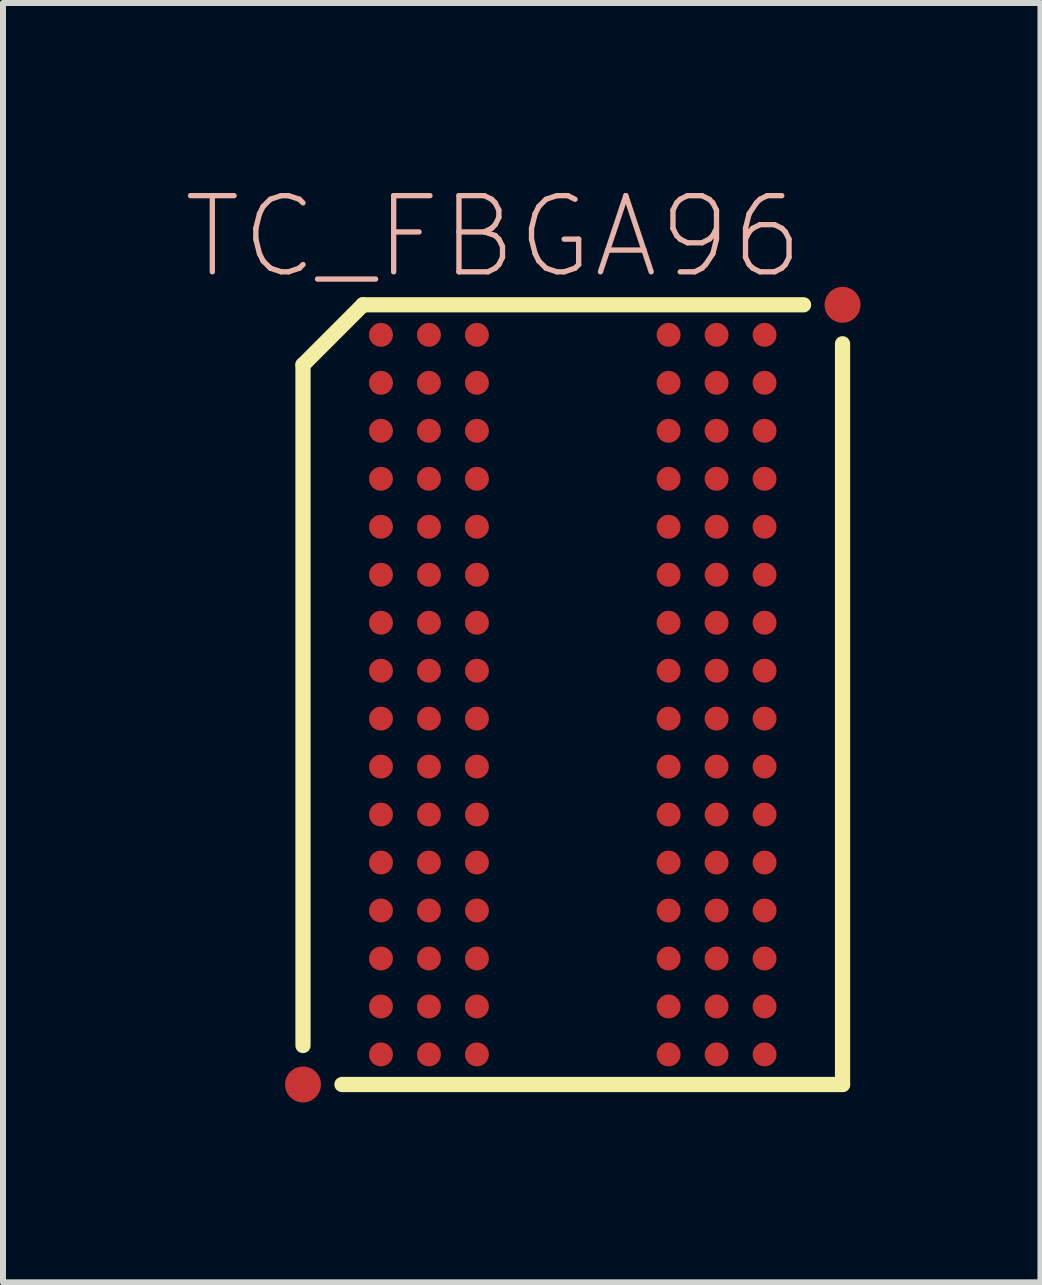
<source format=kicad_pcb>
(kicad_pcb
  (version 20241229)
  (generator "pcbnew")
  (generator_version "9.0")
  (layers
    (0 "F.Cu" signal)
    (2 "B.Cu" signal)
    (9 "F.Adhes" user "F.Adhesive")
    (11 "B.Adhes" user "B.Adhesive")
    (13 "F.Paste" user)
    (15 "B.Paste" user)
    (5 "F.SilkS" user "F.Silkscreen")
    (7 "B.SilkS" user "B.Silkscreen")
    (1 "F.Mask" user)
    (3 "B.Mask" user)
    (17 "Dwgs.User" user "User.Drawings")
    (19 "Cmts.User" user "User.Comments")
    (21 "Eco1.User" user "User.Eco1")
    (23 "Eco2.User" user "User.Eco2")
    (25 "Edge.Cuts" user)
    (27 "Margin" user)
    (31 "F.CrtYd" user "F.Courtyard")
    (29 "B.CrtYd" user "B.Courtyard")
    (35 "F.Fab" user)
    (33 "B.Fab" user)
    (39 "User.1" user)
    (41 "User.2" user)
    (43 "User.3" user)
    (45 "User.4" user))
  (footprint "TC_FBGA96"
    (layer "F.Cu")
    (at 6.5 8.532)
    (property "Reference" "TC_FBGA96" (at -1.323 -7.633 0) (layer "B.SilkS") (effects (font (size 1.27 1.27) (thickness 0.089))))
    (attr smd)
    (fp_line (start -4.498 -5.499) (end -4.498 5.85) (stroke (width 0.254) (type solid)) (layer "F.SilkS"))
    (fp_line (start -3.848 6.5) (end 4.498 6.5) (stroke (width 0.254) (type solid)) (layer "F.SilkS"))
    (fp_line (start -3.498 -6.5) (end -4.498 -5.499) (stroke (width 0.254) (type solid)) (layer "F.SilkS"))
    (fp_line (start 3.848 -6.5) (end -3.498 -6.5) (stroke (width 0.254) (type solid)) (layer "F.SilkS"))
    (fp_line (start 4.498 6.5) (end 4.498 -5.85) (stroke (width 0.254) (type solid)) (layer "F.SilkS"))
    (pad "A1" smd circle (at -3.198 -5.999) (size 0.399 0.399) (layers "F.Cu" "F.Mask" "F.Paste"))
    (pad "A2" smd circle (at -2.398 -5.999) (size 0.399 0.399) (layers "F.Cu" "F.Mask" "F.Paste"))
    (pad "A3" smd circle (at -1.598 -5.999) (size 0.399 0.399) (layers "F.Cu" "F.Mask" "F.Paste"))
    (pad "A7" smd circle (at 1.598 -5.999) (size 0.399 0.399) (layers "F.Cu" "F.Mask" "F.Paste"))
    (pad "A8" smd circle (at 2.398 -5.999) (size 0.399 0.399) (layers "F.Cu" "F.Mask" "F.Paste"))
    (pad "A9" smd circle (at 3.198 -5.999) (size 0.399 0.399) (layers "F.Cu" "F.Mask" "F.Paste"))
    (pad "B1" smd circle (at -3.198 -5.199) (size 0.399 0.399) (layers "F.Cu" "F.Mask" "F.Paste"))
    (pad "B2" smd circle (at -2.398 -5.199) (size 0.399 0.399) (layers "F.Cu" "F.Mask" "F.Paste"))
    (pad "B3" smd circle (at -1.598 -5.199) (size 0.399 0.399) (layers "F.Cu" "F.Mask" "F.Paste"))
    (pad "B7" smd circle (at 1.598 -5.199) (size 0.399 0.399) (layers "F.Cu" "F.Mask" "F.Paste"))
    (pad "B8" smd circle (at 2.398 -5.199) (size 0.399 0.399) (layers "F.Cu" "F.Mask" "F.Paste"))
    (pad "B9" smd circle (at 3.198 -5.199) (size 0.399 0.399) (layers "F.Cu" "F.Mask" "F.Paste"))
    (pad "C1" smd circle (at -3.198 -4.399) (size 0.399 0.399) (layers "F.Cu" "F.Mask" "F.Paste"))
    (pad "C2" smd circle (at -2.398 -4.399) (size 0.399 0.399) (layers "F.Cu" "F.Mask" "F.Paste"))
    (pad "C3" smd circle (at -1.598 -4.399) (size 0.399 0.399) (layers "F.Cu" "F.Mask" "F.Paste"))
    (pad "C7" smd circle (at 1.598 -4.399) (size 0.399 0.399) (layers "F.Cu" "F.Mask" "F.Paste"))
    (pad "C8" smd circle (at 2.398 -4.399) (size 0.399 0.399) (layers "F.Cu" "F.Mask" "F.Paste"))
    (pad "C9" smd circle (at 3.198 -4.399) (size 0.399 0.399) (layers "F.Cu" "F.Mask" "F.Paste"))
    (pad "D1" smd circle (at -3.198 -3.599) (size 0.399 0.399) (layers "F.Cu" "F.Mask" "F.Paste"))
    (pad "D2" smd circle (at -2.398 -3.599) (size 0.399 0.399) (layers "F.Cu" "F.Mask" "F.Paste"))
    (pad "D3" smd circle (at -1.598 -3.599) (size 0.399 0.399) (layers "F.Cu" "F.Mask" "F.Paste"))
    (pad "D7" smd circle (at 1.598 -3.599) (size 0.399 0.399) (layers "F.Cu" "F.Mask" "F.Paste"))
    (pad "D8" smd circle (at 2.398 -3.599) (size 0.399 0.399) (layers "F.Cu" "F.Mask" "F.Paste"))
    (pad "D9" smd circle (at 3.198 -3.599) (size 0.399 0.399) (layers "F.Cu" "F.Mask" "F.Paste"))
    (pad "E1" smd circle (at -3.198 -2.799) (size 0.399 0.399) (layers "F.Cu" "F.Mask" "F.Paste"))
    (pad "E2" smd circle (at -2.398 -2.799) (size 0.399 0.399) (layers "F.Cu" "F.Mask" "F.Paste"))
    (pad "E3" smd circle (at -1.598 -2.799) (size 0.399 0.399) (layers "F.Cu" "F.Mask" "F.Paste"))
    (pad "E7" smd circle (at 1.598 -2.799) (size 0.399 0.399) (layers "F.Cu" "F.Mask" "F.Paste"))
    (pad "E8" smd circle (at 2.398 -2.799) (size 0.399 0.399) (layers "F.Cu" "F.Mask" "F.Paste"))
    (pad "E9" smd circle (at 3.198 -2.799) (size 0.399 0.399) (layers "F.Cu" "F.Mask" "F.Paste"))
    (pad "F1" smd circle (at -3.198 -1.999) (size 0.399 0.399) (layers "F.Cu" "F.Mask" "F.Paste"))
    (pad "F2" smd circle (at -2.398 -1.999) (size 0.399 0.399) (layers "F.Cu" "F.Mask" "F.Paste"))
    (pad "F3" smd circle (at -1.598 -1.999) (size 0.399 0.399) (layers "F.Cu" "F.Mask" "F.Paste"))
    (pad "F7" smd circle (at 1.598 -1.999) (size 0.399 0.399) (layers "F.Cu" "F.Mask" "F.Paste"))
    (pad "F8" smd circle (at 2.398 -1.999) (size 0.399 0.399) (layers "F.Cu" "F.Mask" "F.Paste"))
    (pad "F9" smd circle (at 3.198 -1.999) (size 0.399 0.399) (layers "F.Cu" "F.Mask" "F.Paste"))
    (pad "FID1" smd circle (at -4.498 6.5) (size 0.599 0.599) (layers "F.Cu" "F.Mask" "F.Paste"))
    (pad "FID2" smd circle (at 4.498 -6.5) (size 0.599 0.599) (layers "F.Cu" "F.Mask" "F.Paste"))
    (pad "G1" smd circle (at -3.198 -1.199) (size 0.399 0.399) (layers "F.Cu" "F.Mask" "F.Paste"))
    (pad "G2" smd circle (at -2.398 -1.199) (size 0.399 0.399) (layers "F.Cu" "F.Mask" "F.Paste"))
    (pad "G3" smd circle (at -1.598 -1.199) (size 0.399 0.399) (layers "F.Cu" "F.Mask" "F.Paste"))
    (pad "G7" smd circle (at 1.598 -1.199) (size 0.399 0.399) (layers "F.Cu" "F.Mask" "F.Paste"))
    (pad "G8" smd circle (at 2.398 -1.199) (size 0.399 0.399) (layers "F.Cu" "F.Mask" "F.Paste"))
    (pad "G9" smd circle (at 3.198 -1.199) (size 0.399 0.399) (layers "F.Cu" "F.Mask" "F.Paste"))
    (pad "H1" smd circle (at -3.198 -0.399) (size 0.399 0.399) (layers "F.Cu" "F.Mask" "F.Paste"))
    (pad "H2" smd circle (at -2.398 -0.399) (size 0.399 0.399) (layers "F.Cu" "F.Mask" "F.Paste"))
    (pad "H3" smd circle (at -1.598 -0.399) (size 0.399 0.399) (layers "F.Cu" "F.Mask" "F.Paste"))
    (pad "H7" smd circle (at 1.598 -0.399) (size 0.399 0.399) (layers "F.Cu" "F.Mask" "F.Paste"))
    (pad "H8" smd circle (at 2.398 -0.399) (size 0.399 0.399) (layers "F.Cu" "F.Mask" "F.Paste"))
    (pad "H9" smd circle (at 3.198 -0.399) (size 0.399 0.399) (layers "F.Cu" "F.Mask" "F.Paste"))
    (pad "J1" smd circle (at -3.198 0.399) (size 0.399 0.399) (layers "F.Cu" "F.Mask" "F.Paste"))
    (pad "J2" smd circle (at -2.398 0.399) (size 0.399 0.399) (layers "F.Cu" "F.Mask" "F.Paste"))
    (pad "J3" smd circle (at -1.598 0.399) (size 0.399 0.399) (layers "F.Cu" "F.Mask" "F.Paste"))
    (pad "J7" smd circle (at 1.598 0.399) (size 0.399 0.399) (layers "F.Cu" "F.Mask" "F.Paste"))
    (pad "J8" smd circle (at 2.398 0.399) (size 0.399 0.399) (layers "F.Cu" "F.Mask" "F.Paste"))
    (pad "J9" smd circle (at 3.198 0.399) (size 0.399 0.399) (layers "F.Cu" "F.Mask" "F.Paste"))
    (pad "K1" smd circle (at -3.198 1.199) (size 0.399 0.399) (layers "F.Cu" "F.Mask" "F.Paste"))
    (pad "K2" smd circle (at -2.398 1.199) (size 0.399 0.399) (layers "F.Cu" "F.Mask" "F.Paste"))
    (pad "K3" smd circle (at -1.598 1.199) (size 0.399 0.399) (layers "F.Cu" "F.Mask" "F.Paste"))
    (pad "K7" smd circle (at 1.598 1.199) (size 0.399 0.399) (layers "F.Cu" "F.Mask" "F.Paste"))
    (pad "K8" smd circle (at 2.398 1.199) (size 0.399 0.399) (layers "F.Cu" "F.Mask" "F.Paste"))
    (pad "K9" smd circle (at 3.198 1.199) (size 0.399 0.399) (layers "F.Cu" "F.Mask" "F.Paste"))
    (pad "L1" smd circle (at -3.198 1.999) (size 0.399 0.399) (layers "F.Cu" "F.Mask" "F.Paste"))
    (pad "L2" smd circle (at -2.398 1.999) (size 0.399 0.399) (layers "F.Cu" "F.Mask" "F.Paste"))
    (pad "L3" smd circle (at -1.598 1.999) (size 0.399 0.399) (layers "F.Cu" "F.Mask" "F.Paste"))
    (pad "L7" smd circle (at 1.598 1.999) (size 0.399 0.399) (layers "F.Cu" "F.Mask" "F.Paste"))
    (pad "L8" smd circle (at 2.398 1.999) (size 0.399 0.399) (layers "F.Cu" "F.Mask" "F.Paste"))
    (pad "L9" smd circle (at 3.198 1.999) (size 0.399 0.399) (layers "F.Cu" "F.Mask" "F.Paste"))
    (pad "M1" smd circle (at -3.198 2.799) (size 0.399 0.399) (layers "F.Cu" "F.Mask" "F.Paste"))
    (pad "M2" smd circle (at -2.398 2.799) (size 0.399 0.399) (layers "F.Cu" "F.Mask" "F.Paste"))
    (pad "M3" smd circle (at -1.598 2.799) (size 0.399 0.399) (layers "F.Cu" "F.Mask" "F.Paste"))
    (pad "M7" smd circle (at 1.598 2.799) (size 0.399 0.399) (layers "F.Cu" "F.Mask" "F.Paste"))
    (pad "M8" smd circle (at 2.398 2.799) (size 0.399 0.399) (layers "F.Cu" "F.Mask" "F.Paste"))
    (pad "M9" smd circle (at 3.198 2.799) (size 0.399 0.399) (layers "F.Cu" "F.Mask" "F.Paste"))
    (pad "N1" smd circle (at -3.198 3.599) (size 0.399 0.399) (layers "F.Cu" "F.Mask" "F.Paste"))
    (pad "N2" smd circle (at -2.398 3.599) (size 0.399 0.399) (layers "F.Cu" "F.Mask" "F.Paste"))
    (pad "N3" smd circle (at -1.598 3.599) (size 0.399 0.399) (layers "F.Cu" "F.Mask" "F.Paste"))
    (pad "N7" smd circle (at 1.598 3.599) (size 0.399 0.399) (layers "F.Cu" "F.Mask" "F.Paste"))
    (pad "N8" smd circle (at 2.398 3.599) (size 0.399 0.399) (layers "F.Cu" "F.Mask" "F.Paste"))
    (pad "N9" smd circle (at 3.198 3.599) (size 0.399 0.399) (layers "F.Cu" "F.Mask" "F.Paste"))
    (pad "P1" smd circle (at -3.198 4.399) (size 0.399 0.399) (layers "F.Cu" "F.Mask" "F.Paste"))
    (pad "P2" smd circle (at -2.398 4.399) (size 0.399 0.399) (layers "F.Cu" "F.Mask" "F.Paste"))
    (pad "P3" smd circle (at -1.598 4.399) (size 0.399 0.399) (layers "F.Cu" "F.Mask" "F.Paste"))
    (pad "P7" smd circle (at 1.598 4.399) (size 0.399 0.399) (layers "F.Cu" "F.Mask" "F.Paste"))
    (pad "P8" smd circle (at 2.398 4.399) (size 0.399 0.399) (layers "F.Cu" "F.Mask" "F.Paste"))
    (pad "P9" smd circle (at 3.198 4.399) (size 0.399 0.399) (layers "F.Cu" "F.Mask" "F.Paste"))
    (pad "R1" smd circle (at -3.198 5.199) (size 0.399 0.399) (layers "F.Cu" "F.Mask" "F.Paste"))
    (pad "R2" smd circle (at -2.398 5.199) (size 0.399 0.399) (layers "F.Cu" "F.Mask" "F.Paste"))
    (pad "R3" smd circle (at -1.598 5.199) (size 0.399 0.399) (layers "F.Cu" "F.Mask" "F.Paste"))
    (pad "R7" smd circle (at 1.598 5.199) (size 0.399 0.399) (layers "F.Cu" "F.Mask" "F.Paste"))
    (pad "R8" smd circle (at 2.398 5.199) (size 0.399 0.399) (layers "F.Cu" "F.Mask" "F.Paste"))
    (pad "R9" smd circle (at 3.198 5.199) (size 0.399 0.399) (layers "F.Cu" "F.Mask" "F.Paste"))
    (pad "T1" smd circle (at -3.198 5.999) (size 0.399 0.399) (layers "F.Cu" "F.Mask" "F.Paste"))
    (pad "T2" smd circle (at -2.398 5.999) (size 0.399 0.399) (layers "F.Cu" "F.Mask" "F.Paste"))
    (pad "T3" smd circle (at -1.598 5.999) (size 0.399 0.399) (layers "F.Cu" "F.Mask" "F.Paste"))
    (pad "T7" smd circle (at 1.598 5.999) (size 0.399 0.399) (layers "F.Cu" "F.Mask" "F.Paste"))
    (pad "T8" smd circle (at 2.398 5.999) (size 0.399 0.399) (layers "F.Cu" "F.Mask" "F.Paste"))
    (pad "T9" smd circle (at 3.198 5.999) (size 0.399 0.399) (layers "F.Cu" "F.Mask" "F.Paste")))
  (gr_rect
    (start -3 -3)
    (end 14.298 18.331)
    (stroke (width 0.1) (type default))
    (fill no)
    (layer "Edge.Cuts")))
</source>
